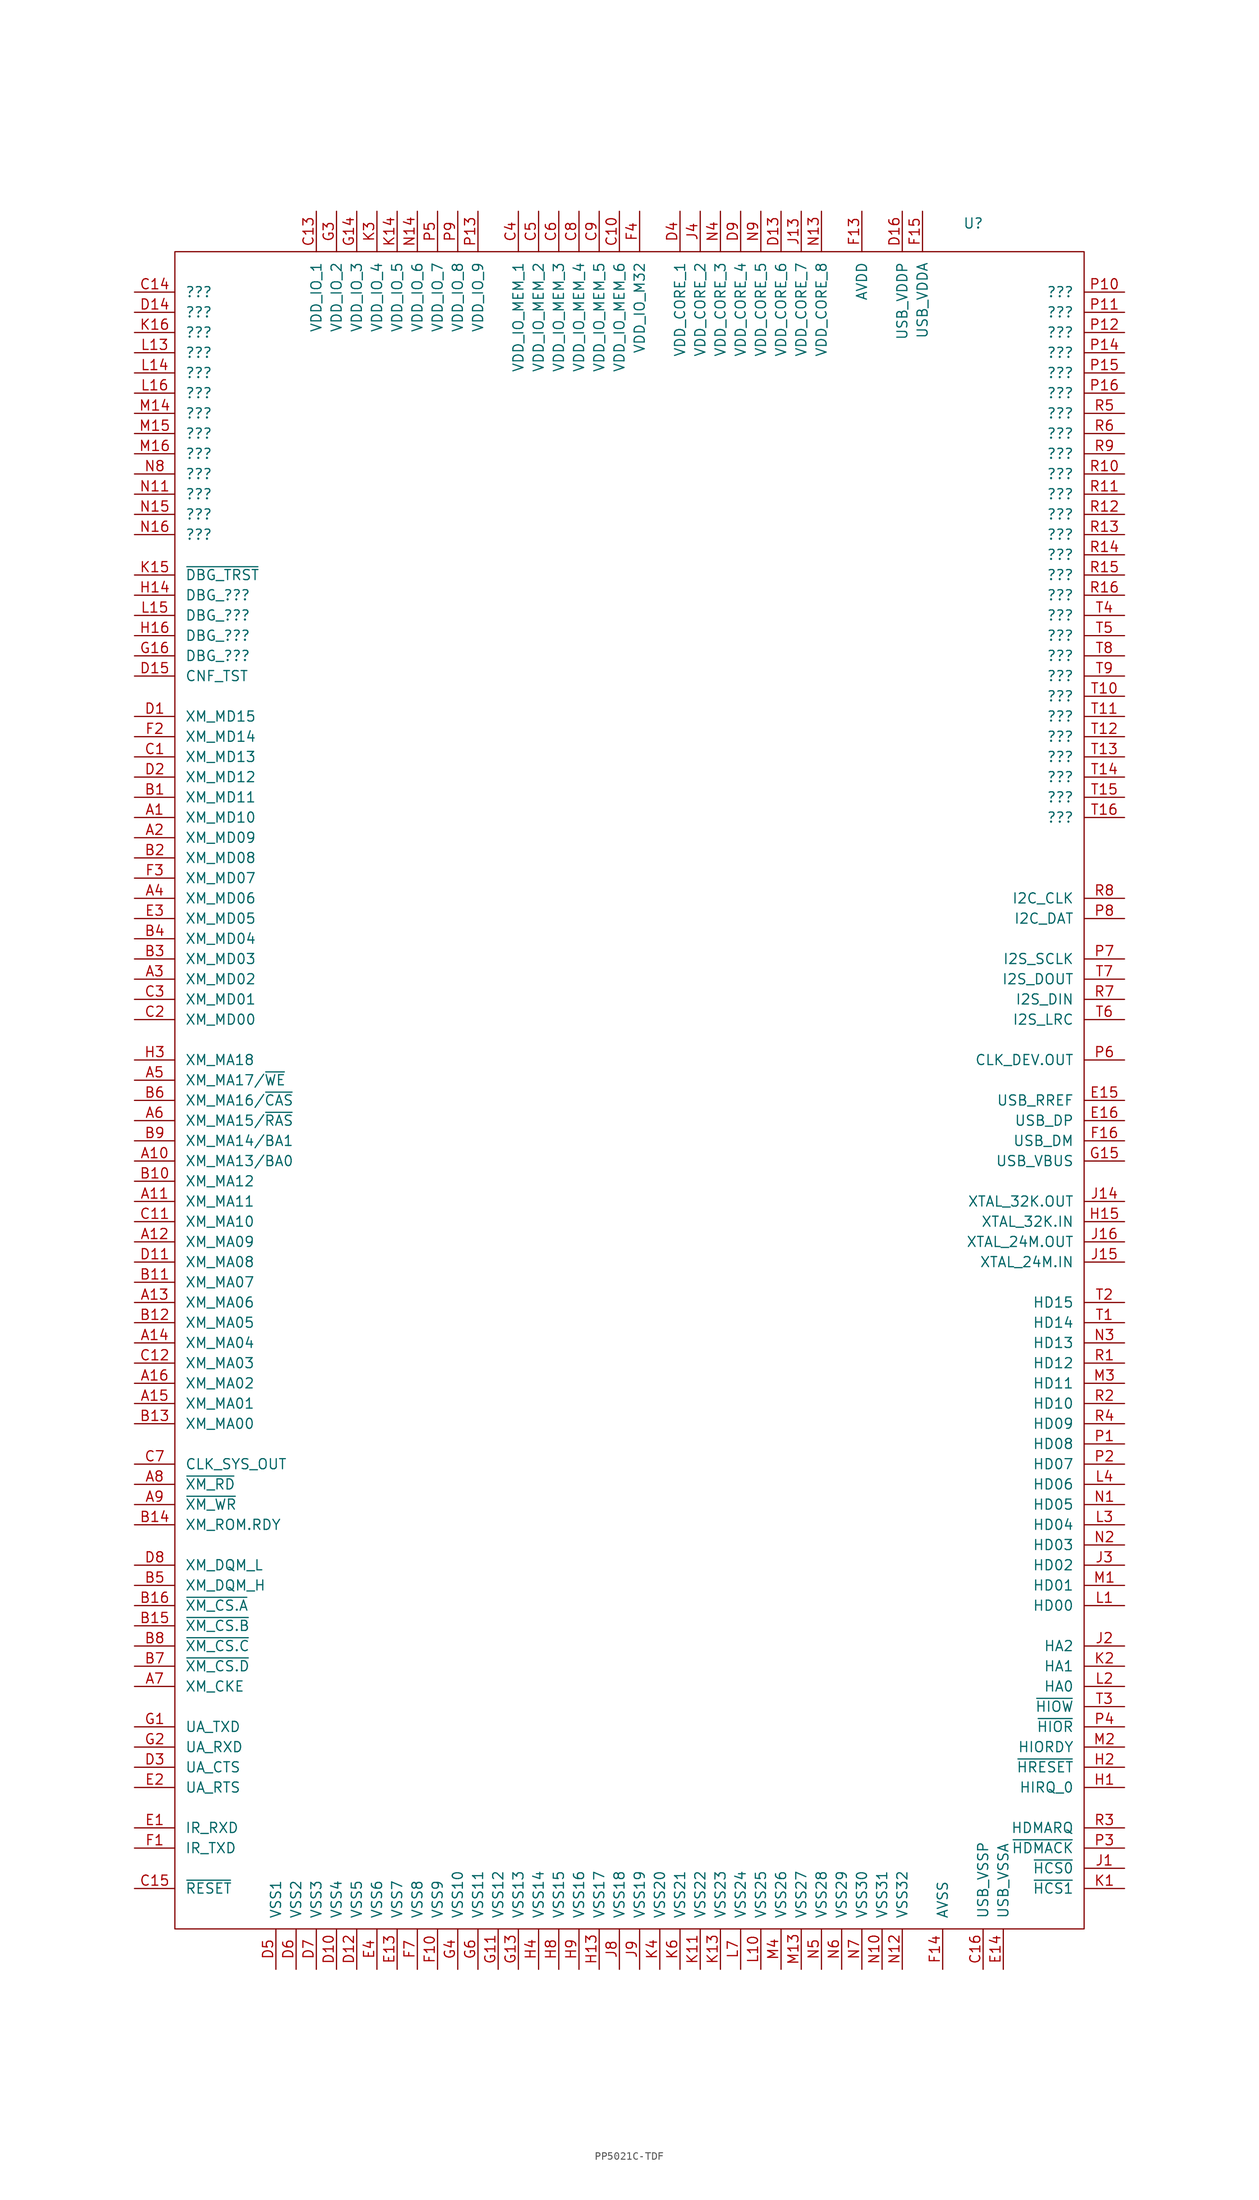
<source format=kicad_sym>
(kicad_symbol_lib
  (version 20231120)
  (generator "kicad_symbol_editor")
  (generator_version "8.0")
  (symbol "PP5021C-TDF"
    (pin_names
      (offset 1.27))
    (property "Reference" "U"
      (at 99.06 3.556 0)
      (effects (font (size 1.27 1.27)) (justify left)))
    (property "Value" "${Manufacturer Part Number}"
      (at 99.06 1.016 0)
      (effects (font (size 1.27 1.27)) (justify left)))
    (property "Manufacturer Part Number" ""
      (at 60.96 -2.54 0)
      (effects (font (size 1.27 1.27)) (justify left) (hide yes)))
    (symbol "PP5021C-TDF_1_0"
      (pin power_in line (at 86.36 5.08 270) (length 5.08) (name "AVDD" (effects (font (size 1.27 1.27)))) (number "F13" (effects (font (size 1.27 1.27))))))
    (symbol "PP5021C-TDF_1_1"
      (rectangle (start 0 0) (end 114.3 -210.82) (stroke (width 0) (type default)) (fill (type none)))
      (pin bidirectional line (at -5.08 -71.12 0) (length 5.08) (name "XM_MD10" (effects (font (size 1.27 1.27)))) (number "A1" (effects (font (size 1.27 1.27)))))
      (pin output line (at -5.08 -114.3 0) (length 5.08) (name "XM_MA13/BA0" (effects (font (size 1.27 1.27)))) (number "A10" (effects (font (size 1.27 1.27)))))
      (pin output line (at -5.08 -119.38 0) (length 5.08) (name "XM_MA11" (effects (font (size 1.27 1.27)))) (number "A11" (effects (font (size 1.27 1.27)))))
      (pin output line (at -5.08 -124.46 0) (length 5.08) (name "XM_MA09" (effects (font (size 1.27 1.27)))) (number "A12" (effects (font (size 1.27 1.27)))))
      (pin output line (at -5.08 -132.08 0) (length 5.08) (name "XM_MA06" (effects (font (size 1.27 1.27)))) (number "A13" (effects (font (size 1.27 1.27)))))
      (pin output line (at -5.08 -137.16 0) (length 5.08) (name "XM_MA04" (effects (font (size 1.27 1.27)))) (number "A14" (effects (font (size 1.27 1.27)))))
      (pin output line (at -5.08 -144.78 0) (length 5.08) (name "XM_MA01" (effects (font (size 1.27 1.27)))) (number "A15" (effects (font (size 1.27 1.27)))))
      (pin output line (at -5.08 -142.24 0) (length 5.08) (name "XM_MA02" (effects (font (size 1.27 1.27)))) (number "A16" (effects (font (size 1.27 1.27)))))
      (pin bidirectional line (at -5.08 -73.66 0) (length 5.08) (name "XM_MD09" (effects (font (size 1.27 1.27)))) (number "A2" (effects (font (size 1.27 1.27)))))
      (pin bidirectional line (at -5.08 -91.44 0) (length 5.08) (name "XM_MD02" (effects (font (size 1.27 1.27)))) (number "A3" (effects (font (size 1.27 1.27)))))
      (pin bidirectional line (at -5.08 -81.28 0) (length 5.08) (name "XM_MD06" (effects (font (size 1.27 1.27)))) (number "A4" (effects (font (size 1.27 1.27)))))
      (pin output line (at -5.08 -104.14 0) (length 5.08) (name "XM_MA17/~{WE}" (effects (font (size 1.27 1.27)))) (number "A5" (effects (font (size 1.27 1.27)))))
      (pin output line (at -5.08 -109.22 0) (length 5.08) (name "XM_MA15/~{RAS}" (effects (font (size 1.27 1.27)))) (number "A6" (effects (font (size 1.27 1.27)))))
      (pin output line (at -5.08 -180.34 0) (length 5.08) (name "XM_CKE" (effects (font (size 1.27 1.27)))) (number "A7" (effects (font (size 1.27 1.27)))))
      (pin output line (at -5.08 -154.94 0) (length 5.08) (name "~{XM_RD}" (effects (font (size 1.27 1.27)))) (number "A8" (effects (font (size 1.27 1.27)))))
      (pin output line (at -5.08 -157.48 0) (length 5.08) (name "~{XM_WR}" (effects (font (size 1.27 1.27)))) (number "A9" (effects (font (size 1.27 1.27)))))
      (pin bidirectional line (at -5.08 -68.58 0) (length 5.08) (name "XM_MD11" (effects (font (size 1.27 1.27)))) (number "B1" (effects (font (size 1.27 1.27)))))
      (pin output line (at -5.08 -116.84 0) (length 5.08) (name "XM_MA12" (effects (font (size 1.27 1.27)))) (number "B10" (effects (font (size 1.27 1.27)))))
      (pin output line (at -5.08 -129.54 0) (length 5.08) (name "XM_MA07" (effects (font (size 1.27 1.27)))) (number "B11" (effects (font (size 1.27 1.27)))))
      (pin output line (at -5.08 -134.62 0) (length 5.08) (name "XM_MA05" (effects (font (size 1.27 1.27)))) (number "B12" (effects (font (size 1.27 1.27)))))
      (pin output line (at -5.08 -147.32 0) (length 5.08) (name "XM_MA00" (effects (font (size 1.27 1.27)))) (number "B13" (effects (font (size 1.27 1.27)))))
      (pin input line (at -5.08 -160.02 0) (length 5.08) (name "XM_ROM.RDY" (effects (font (size 1.27 1.27)))) (number "B14" (effects (font (size 1.27 1.27)))))
      (pin output line (at -5.08 -172.72 0) (length 5.08) (name "~{XM_CS.B}" (effects (font (size 1.27 1.27)))) (number "B15" (effects (font (size 1.27 1.27)))))
      (pin output line (at -5.08 -170.18 0) (length 5.08) (name "~{XM_CS.A}" (effects (font (size 1.27 1.27)))) (number "B16" (effects (font (size 1.27 1.27)))))
      (pin bidirectional line (at -5.08 -76.2 0) (length 5.08) (name "XM_MD08" (effects (font (size 1.27 1.27)))) (number "B2" (effects (font (size 1.27 1.27)))))
      (pin bidirectional line (at -5.08 -88.9 0) (length 5.08) (name "XM_MD03" (effects (font (size 1.27 1.27)))) (number "B3" (effects (font (size 1.27 1.27)))))
      (pin bidirectional line (at -5.08 -86.36 0) (length 5.08) (name "XM_MD04" (effects (font (size 1.27 1.27)))) (number "B4" (effects (font (size 1.27 1.27)))))
      (pin output line (at -5.08 -167.64 0) (length 5.08) (name "XM_DQM_H" (effects (font (size 1.27 1.27)))) (number "B5" (effects (font (size 1.27 1.27)))))
      (pin output line (at -5.08 -106.68 0) (length 5.08) (name "XM_MA16/~{CAS}" (effects (font (size 1.27 1.27)))) (number "B6" (effects (font (size 1.27 1.27)))))
      (pin output line (at -5.08 -177.8 0) (length 5.08) (name "~{XM_CS.D}" (effects (font (size 1.27 1.27)))) (number "B7" (effects (font (size 1.27 1.27)))))
      (pin output line (at -5.08 -175.26 0) (length 5.08) (name "~{XM_CS.C}" (effects (font (size 1.27 1.27)))) (number "B8" (effects (font (size 1.27 1.27)))))
      (pin output line (at -5.08 -111.76 0) (length 5.08) (name "XM_MA14/BA1" (effects (font (size 1.27 1.27)))) (number "B9" (effects (font (size 1.27 1.27)))))
      (pin bidirectional line (at -5.08 -63.5 0) (length 5.08) (name "XM_MD13" (effects (font (size 1.27 1.27)))) (number "C1" (effects (font (size 1.27 1.27)))))
      (pin power_in line (at 55.88 5.08 270) (length 5.08) (name "VDD_IO_MEM_6" (effects (font (size 1.27 1.27)))) (number "C10" (effects (font (size 1.27 1.27)))))
      (pin output line (at -5.08 -121.92 0) (length 5.08) (name "XM_MA10" (effects (font (size 1.27 1.27)))) (number "C11" (effects (font (size 1.27 1.27)))))
      (pin output line (at -5.08 -139.7 0) (length 5.08) (name "XM_MA03" (effects (font (size 1.27 1.27)))) (number "C12" (effects (font (size 1.27 1.27)))))
      (pin power_in line (at 17.78 5.08 270) (length 5.08) (name "VDD_IO_1" (effects (font (size 1.27 1.27)))) (number "C13" (effects (font (size 1.27 1.27)))))
      (pin bidirectional line (at -5.08 -5.08 0) (length 5.08) (name "???" (effects (font (size 1.27 1.27)))) (number "C14" (effects (font (size 1.27 1.27)))))
      (pin input line (at -5.08 -205.74 0) (length 5.08) (name "~{RESET}" (effects (font (size 1.27 1.27)))) (number "C15" (effects (font (size 1.27 1.27)))))
      (pin power_in line (at 101.6 -215.9 90) (length 5.08) (name "USB_VSSP" (effects (font (size 1.27 1.27)))) (number "C16" (effects (font (size 1.27 1.27)))))
      (pin bidirectional line (at -5.08 -96.52 0) (length 5.08) (name "XM_MD00" (effects (font (size 1.27 1.27)))) (number "C2" (effects (font (size 1.27 1.27)))))
      (pin bidirectional line (at -5.08 -93.98 0) (length 5.08) (name "XM_MD01" (effects (font (size 1.27 1.27)))) (number "C3" (effects (font (size 1.27 1.27)))))
      (pin power_in line (at 43.18 5.08 270) (length 5.08) (name "VDD_IO_MEM_1" (effects (font (size 1.27 1.27)))) (number "C4" (effects (font (size 1.27 1.27)))))
      (pin power_in line (at 45.72 5.08 270) (length 5.08) (name "VDD_IO_MEM_2" (effects (font (size 1.27 1.27)))) (number "C5" (effects (font (size 1.27 1.27)))))
      (pin power_in line (at 48.26 5.08 270) (length 5.08) (name "VDD_IO_MEM_3" (effects (font (size 1.27 1.27)))) (number "C6" (effects (font (size 1.27 1.27)))))
      (pin output line (at -5.08 -152.4 0) (length 5.08) (name "CLK_SYS_OUT" (effects (font (size 1.27 1.27)))) (number "C7" (effects (font (size 1.27 1.27)))))
      (pin power_in line (at 50.8 5.08 270) (length 5.08) (name "VDD_IO_MEM_4" (effects (font (size 1.27 1.27)))) (number "C8" (effects (font (size 1.27 1.27)))))
      (pin power_in line (at 53.34 5.08 270) (length 5.08) (name "VDD_IO_MEM_5" (effects (font (size 1.27 1.27)))) (number "C9" (effects (font (size 1.27 1.27)))))
      (pin bidirectional line (at -5.08 -58.42 0) (length 5.08) (name "XM_MD15" (effects (font (size 1.27 1.27)))) (number "D1" (effects (font (size 1.27 1.27)))))
      (pin power_in line (at 20.32 -215.9 90) (length 5.08) (name "VSS4" (effects (font (size 1.27 1.27)))) (number "D10" (effects (font (size 1.27 1.27)))))
      (pin output line (at -5.08 -127 0) (length 5.08) (name "XM_MA08" (effects (font (size 1.27 1.27)))) (number "D11" (effects (font (size 1.27 1.27)))))
      (pin power_in line (at 22.86 -215.9 90) (length 5.08) (name "VSS5" (effects (font (size 1.27 1.27)))) (number "D12" (effects (font (size 1.27 1.27)))))
      (pin power_in line (at 76.2 5.08 270) (length 5.08) (name "VDD_CORE_6" (effects (font (size 1.27 1.27)))) (number "D13" (effects (font (size 1.27 1.27)))))
      (pin bidirectional line (at -5.08 -7.62 0) (length 5.08) (name "???" (effects (font (size 1.27 1.27)))) (number "D14" (effects (font (size 1.27 1.27)))))
      (pin input line (at -5.08 -53.34 0) (length 5.08) (name "CNF_TST" (effects (font (size 1.27 1.27)))) (number "D15" (effects (font (size 1.27 1.27)))))
      (pin power_in line (at 91.44 5.08 270) (length 5.08) (name "USB_VDDP" (effects (font (size 1.27 1.27)))) (number "D16" (effects (font (size 1.27 1.27)))))
      (pin bidirectional line (at -5.08 -66.04 0) (length 5.08) (name "XM_MD12" (effects (font (size 1.27 1.27)))) (number "D2" (effects (font (size 1.27 1.27)))))
      (pin bidirectional line (at -5.08 -190.5 0) (length 5.08) (name "UA_CTS" (effects (font (size 1.27 1.27)))) (number "D3" (effects (font (size 1.27 1.27)))))
      (pin power_in line (at 63.5 5.08 270) (length 5.08) (name "VDD_CORE_1" (effects (font (size 1.27 1.27)))) (number "D4" (effects (font (size 1.27 1.27)))))
      (pin power_in line (at 12.7 -215.9 90) (length 5.08) (name "VSS1" (effects (font (size 1.27 1.27)))) (number "D5" (effects (font (size 1.27 1.27)))))
      (pin power_in line (at 15.24 -215.9 90) (length 5.08) (name "VSS2" (effects (font (size 1.27 1.27)))) (number "D6" (effects (font (size 1.27 1.27)))))
      (pin power_in line (at 17.78 -215.9 90) (length 5.08) (name "VSS3" (effects (font (size 1.27 1.27)))) (number "D7" (effects (font (size 1.27 1.27)))))
      (pin output line (at -5.08 -165.1 0) (length 5.08) (name "XM_DQM_L" (effects (font (size 1.27 1.27)))) (number "D8" (effects (font (size 1.27 1.27)))))
      (pin power_in line (at 71.12 5.08 270) (length 5.08) (name "VDD_CORE_4" (effects (font (size 1.27 1.27)))) (number "D9" (effects (font (size 1.27 1.27)))))
      (pin bidirectional line (at -5.08 -198.12 0) (length 5.08) (name "IR_RXD" (effects (font (size 1.27 1.27)))) (number "E1" (effects (font (size 1.27 1.27)))))
      (pin power_in line (at 27.94 -215.9 90) (length 5.08) (name "VSS7" (effects (font (size 1.27 1.27)))) (number "E13" (effects (font (size 1.27 1.27)))))
      (pin power_in line (at 104.14 -215.9 90) (length 5.08) (name "USB_VSSA" (effects (font (size 1.27 1.27)))) (number "E14" (effects (font (size 1.27 1.27)))))
      (pin passive line (at 119.38 -106.68 180) (length 5.08) (name "USB_RREF" (effects (font (size 1.27 1.27)))) (number "E15" (effects (font (size 1.27 1.27)))))
      (pin bidirectional line (at 119.38 -109.22 180) (length 5.08) (name "USB_DP" (effects (font (size 1.27 1.27)))) (number "E16" (effects (font (size 1.27 1.27)))))
      (pin bidirectional line (at -5.08 -193.04 0) (length 5.08) (name "UA_RTS" (effects (font (size 1.27 1.27)))) (number "E2" (effects (font (size 1.27 1.27)))))
      (pin bidirectional line (at -5.08 -83.82 0) (length 5.08) (name "XM_MD05" (effects (font (size 1.27 1.27)))) (number "E3" (effects (font (size 1.27 1.27)))))
      (pin power_in line (at 25.4 -215.9 90) (length 5.08) (name "VSS6" (effects (font (size 1.27 1.27)))) (number "E4" (effects (font (size 1.27 1.27)))))
      (pin bidirectional line (at -5.08 -200.66 0) (length 5.08) (name "IR_TXD" (effects (font (size 1.27 1.27)))) (number "F1" (effects (font (size 1.27 1.27)))))
      (pin power_in line (at 33.02 -215.9 90) (length 5.08) (name "VSS9" (effects (font (size 1.27 1.27)))) (number "F10" (effects (font (size 1.27 1.27)))))
      (pin power_in line (at 96.52 -215.9 90) (length 5.08) (name "AVSS" (effects (font (size 1.27 1.27)))) (number "F14" (effects (font (size 1.27 1.27)))))
      (pin power_in line (at 93.98 5.08 270) (length 5.08) (name "USB_VDDA" (effects (font (size 1.27 1.27)))) (number "F15" (effects (font (size 1.27 1.27)))))
      (pin bidirectional line (at 119.38 -111.76 180) (length 5.08) (name "USB_DM" (effects (font (size 1.27 1.27)))) (number "F16" (effects (font (size 1.27 1.27)))))
      (pin bidirectional line (at -5.08 -60.96 0) (length 5.08) (name "XM_MD14" (effects (font (size 1.27 1.27)))) (number "F2" (effects (font (size 1.27 1.27)))))
      (pin bidirectional line (at -5.08 -78.74 0) (length 5.08) (name "XM_MD07" (effects (font (size 1.27 1.27)))) (number "F3" (effects (font (size 1.27 1.27)))))
      (pin power_in line (at 58.42 5.08 270) (length 5.08) (name "VDD_IO_M32" (effects (font (size 1.27 1.27)))) (number "F4" (effects (font (size 1.27 1.27)))))
      (pin power_in line (at 30.48 -215.9 90) (length 5.08) (name "VSS8" (effects (font (size 1.27 1.27)))) (number "F7" (effects (font (size 1.27 1.27)))))
      (pin bidirectional line (at -5.08 -185.42 0) (length 5.08) (name "UA_TXD" (effects (font (size 1.27 1.27)))) (number "G1" (effects (font (size 1.27 1.27)))))
      (pin power_in line (at 40.64 -215.9 90) (length 5.08) (name "VSS12" (effects (font (size 1.27 1.27)))) (number "G11" (effects (font (size 1.27 1.27)))))
      (pin power_in line (at 43.18 -215.9 90) (length 5.08) (name "VSS13" (effects (font (size 1.27 1.27)))) (number "G13" (effects (font (size 1.27 1.27)))))
      (pin power_in line (at 22.86 5.08 270) (length 5.08) (name "VDD_IO_3" (effects (font (size 1.27 1.27)))) (number "G14" (effects (font (size 1.27 1.27)))))
      (pin input line (at 119.38 -114.3 180) (length 5.08) (name "USB_VBUS" (effects (font (size 1.27 1.27)))) (number "G15" (effects (font (size 1.27 1.27)))))
      (pin bidirectional line (at -5.08 -50.8 0) (length 5.08) (name "DBG_???" (effects (font (size 1.27 1.27)))) (number "G16" (effects (font (size 1.27 1.27)))))
      (pin bidirectional line (at -5.08 -187.96 0) (length 5.08) (name "UA_RXD" (effects (font (size 1.27 1.27)))) (number "G2" (effects (font (size 1.27 1.27)))))
      (pin power_in line (at 20.32 5.08 270) (length 5.08) (name "VDD_IO_2" (effects (font (size 1.27 1.27)))) (number "G3" (effects (font (size 1.27 1.27)))))
      (pin power_in line (at 35.56 -215.9 90) (length 5.08) (name "VSS10" (effects (font (size 1.27 1.27)))) (number "G4" (effects (font (size 1.27 1.27)))))
      (pin power_in line (at 38.1 -215.9 90) (length 5.08) (name "VSS11" (effects (font (size 1.27 1.27)))) (number "G6" (effects (font (size 1.27 1.27)))))
      (pin input line (at 119.38 -193.04 180) (length 5.08) (name "HIRQ_0" (effects (font (size 1.27 1.27)))) (number "H1" (effects (font (size 1.27 1.27)))))
      (pin power_in line (at 53.34 -215.9 90) (length 5.08) (name "VSS17" (effects (font (size 1.27 1.27)))) (number "H13" (effects (font (size 1.27 1.27)))))
      (pin bidirectional line (at -5.08 -43.18 0) (length 5.08) (name "DBG_???" (effects (font (size 1.27 1.27)))) (number "H14" (effects (font (size 1.27 1.27)))))
      (pin input line (at 119.38 -121.92 180) (length 5.08) (name "XTAL_32K.IN" (effects (font (size 1.27 1.27)))) (number "H15" (effects (font (size 1.27 1.27)))))
      (pin bidirectional line (at -5.08 -48.26 0) (length 5.08) (name "DBG_???" (effects (font (size 1.27 1.27)))) (number "H16" (effects (font (size 1.27 1.27)))))
      (pin output line (at 119.38 -190.5 180) (length 5.08) (name "~{HRESET}" (effects (font (size 1.27 1.27)))) (number "H2" (effects (font (size 1.27 1.27)))))
      (pin output line (at -5.08 -101.6 0) (length 5.08) (name "XM_MA18" (effects (font (size 1.27 1.27)))) (number "H3" (effects (font (size 1.27 1.27)))))
      (pin power_in line (at 45.72 -215.9 90) (length 5.08) (name "VSS14" (effects (font (size 1.27 1.27)))) (number "H4" (effects (font (size 1.27 1.27)))))
      (pin power_in line (at 48.26 -215.9 90) (length 5.08) (name "VSS15" (effects (font (size 1.27 1.27)))) (number "H8" (effects (font (size 1.27 1.27)))))
      (pin power_in line (at 50.8 -215.9 90) (length 5.08) (name "VSS16" (effects (font (size 1.27 1.27)))) (number "H9" (effects (font (size 1.27 1.27)))))
      (pin output line (at 119.38 -203.2 180) (length 5.08) (name "~{HCS0}" (effects (font (size 1.27 1.27)))) (number "J1" (effects (font (size 1.27 1.27)))))
      (pin power_in line (at 78.74 5.08 270) (length 5.08) (name "VDD_CORE_7" (effects (font (size 1.27 1.27)))) (number "J13" (effects (font (size 1.27 1.27)))))
      (pin output line (at 119.38 -119.38 180) (length 5.08) (name "XTAL_32K.OUT" (effects (font (size 1.27 1.27)))) (number "J14" (effects (font (size 1.27 1.27)))))
      (pin input line (at 119.38 -127 180) (length 5.08) (name "XTAL_24M.IN" (effects (font (size 1.27 1.27)))) (number "J15" (effects (font (size 1.27 1.27)))))
      (pin output line (at 119.38 -124.46 180) (length 5.08) (name "XTAL_24M.OUT" (effects (font (size 1.27 1.27)))) (number "J16" (effects (font (size 1.27 1.27)))))
      (pin output line (at 119.38 -175.26 180) (length 5.08) (name "HA2" (effects (font (size 1.27 1.27)))) (number "J2" (effects (font (size 1.27 1.27)))))
      (pin bidirectional line (at 119.38 -165.1 180) (length 5.08) (name "HD02" (effects (font (size 1.27 1.27)))) (number "J3" (effects (font (size 1.27 1.27)))))
      (pin power_in line (at 66.04 5.08 270) (length 5.08) (name "VDD_CORE_2" (effects (font (size 1.27 1.27)))) (number "J4" (effects (font (size 1.27 1.27)))))
      (pin power_in line (at 55.88 -215.9 90) (length 5.08) (name "VSS18" (effects (font (size 1.27 1.27)))) (number "J8" (effects (font (size 1.27 1.27)))))
      (pin power_in line (at 58.42 -215.9 90) (length 5.08) (name "VSS19" (effects (font (size 1.27 1.27)))) (number "J9" (effects (font (size 1.27 1.27)))))
      (pin output line (at 119.38 -205.74 180) (length 5.08) (name "~{HCS1}" (effects (font (size 1.27 1.27)))) (number "K1" (effects (font (size 1.27 1.27)))))
      (pin power_in line (at 66.04 -215.9 90) (length 5.08) (name "VSS22" (effects (font (size 1.27 1.27)))) (number "K11" (effects (font (size 1.27 1.27)))))
      (pin power_in line (at 68.58 -215.9 90) (length 5.08) (name "VSS23" (effects (font (size 1.27 1.27)))) (number "K13" (effects (font (size 1.27 1.27)))))
      (pin power_in line (at 27.94 5.08 270) (length 5.08) (name "VDD_IO_5" (effects (font (size 1.27 1.27)))) (number "K14" (effects (font (size 1.27 1.27)))))
      (pin input line (at -5.08 -40.64 0) (length 5.08) (name "~{DBG_TRST}" (effects (font (size 1.27 1.27)))) (number "K15" (effects (font (size 1.27 1.27)))))
      (pin bidirectional line (at -5.08 -10.16 0) (length 5.08) (name "???" (effects (font (size 1.27 1.27)))) (number "K16" (effects (font (size 1.27 1.27)))))
      (pin output line (at 119.38 -177.8 180) (length 5.08) (name "HA1" (effects (font (size 1.27 1.27)))) (number "K2" (effects (font (size 1.27 1.27)))))
      (pin power_in line (at 25.4 5.08 270) (length 5.08) (name "VDD_IO_4" (effects (font (size 1.27 1.27)))) (number "K3" (effects (font (size 1.27 1.27)))))
      (pin power_in line (at 60.96 -215.9 90) (length 5.08) (name "VSS20" (effects (font (size 1.27 1.27)))) (number "K4" (effects (font (size 1.27 1.27)))))
      (pin power_in line (at 63.5 -215.9 90) (length 5.08) (name "VSS21" (effects (font (size 1.27 1.27)))) (number "K6" (effects (font (size 1.27 1.27)))))
      (pin bidirectional line (at 119.38 -170.18 180) (length 5.08) (name "HD00" (effects (font (size 1.27 1.27)))) (number "L1" (effects (font (size 1.27 1.27)))))
      (pin power_in line (at 73.66 -215.9 90) (length 5.08) (name "VSS25" (effects (font (size 1.27 1.27)))) (number "L10" (effects (font (size 1.27 1.27)))))
      (pin bidirectional line (at -5.08 -12.7 0) (length 5.08) (name "???" (effects (font (size 1.27 1.27)))) (number "L13" (effects (font (size 1.27 1.27)))))
      (pin bidirectional line (at -5.08 -15.24 0) (length 5.08) (name "???" (effects (font (size 1.27 1.27)))) (number "L14" (effects (font (size 1.27 1.27)))))
      (pin bidirectional line (at -5.08 -45.72 0) (length 5.08) (name "DBG_???" (effects (font (size 1.27 1.27)))) (number "L15" (effects (font (size 1.27 1.27)))))
      (pin bidirectional line (at -5.08 -17.78 0) (length 5.08) (name "???" (effects (font (size 1.27 1.27)))) (number "L16" (effects (font (size 1.27 1.27)))))
      (pin output line (at 119.38 -180.34 180) (length 5.08) (name "HA0" (effects (font (size 1.27 1.27)))) (number "L2" (effects (font (size 1.27 1.27)))))
      (pin bidirectional line (at 119.38 -160.02 180) (length 5.08) (name "HD04" (effects (font (size 1.27 1.27)))) (number "L3" (effects (font (size 1.27 1.27)))))
      (pin bidirectional line (at 119.38 -154.94 180) (length 5.08) (name "HD06" (effects (font (size 1.27 1.27)))) (number "L4" (effects (font (size 1.27 1.27)))))
      (pin power_in line (at 71.12 -215.9 90) (length 5.08) (name "VSS24" (effects (font (size 1.27 1.27)))) (number "L7" (effects (font (size 1.27 1.27)))))
      (pin bidirectional line (at 119.38 -167.64 180) (length 5.08) (name "HD01" (effects (font (size 1.27 1.27)))) (number "M1" (effects (font (size 1.27 1.27)))))
      (pin power_in line (at 78.74 -215.9 90) (length 5.08) (name "VSS27" (effects (font (size 1.27 1.27)))) (number "M13" (effects (font (size 1.27 1.27)))))
      (pin bidirectional line (at -5.08 -20.32 0) (length 5.08) (name "???" (effects (font (size 1.27 1.27)))) (number "M14" (effects (font (size 1.27 1.27)))))
      (pin bidirectional line (at -5.08 -22.86 0) (length 5.08) (name "???" (effects (font (size 1.27 1.27)))) (number "M15" (effects (font (size 1.27 1.27)))))
      (pin bidirectional line (at -5.08 -25.4 0) (length 5.08) (name "???" (effects (font (size 1.27 1.27)))) (number "M16" (effects (font (size 1.27 1.27)))))
      (pin input line (at 119.38 -187.96 180) (length 5.08) (name "HIORDY" (effects (font (size 1.27 1.27)))) (number "M2" (effects (font (size 1.27 1.27)))))
      (pin bidirectional line (at 119.38 -142.24 180) (length 5.08) (name "HD11" (effects (font (size 1.27 1.27)))) (number "M3" (effects (font (size 1.27 1.27)))))
      (pin power_in line (at 76.2 -215.9 90) (length 5.08) (name "VSS26" (effects (font (size 1.27 1.27)))) (number "M4" (effects (font (size 1.27 1.27)))))
      (pin bidirectional line (at 119.38 -157.48 180) (length 5.08) (name "HD05" (effects (font (size 1.27 1.27)))) (number "N1" (effects (font (size 1.27 1.27)))))
      (pin power_in line (at 88.9 -215.9 90) (length 5.08) (name "VSS31" (effects (font (size 1.27 1.27)))) (number "N10" (effects (font (size 1.27 1.27)))))
      (pin bidirectional line (at -5.08 -30.48 0) (length 5.08) (name "???" (effects (font (size 1.27 1.27)))) (number "N11" (effects (font (size 1.27 1.27)))))
      (pin power_in line (at 91.44 -215.9 90) (length 5.08) (name "VSS32" (effects (font (size 1.27 1.27)))) (number "N12" (effects (font (size 1.27 1.27)))))
      (pin power_in line (at 81.28 5.08 270) (length 5.08) (name "VDD_CORE_8" (effects (font (size 1.27 1.27)))) (number "N13" (effects (font (size 1.27 1.27)))))
      (pin power_in line (at 30.48 5.08 270) (length 5.08) (name "VDD_IO_6" (effects (font (size 1.27 1.27)))) (number "N14" (effects (font (size 1.27 1.27)))))
      (pin bidirectional line (at -5.08 -33.02 0) (length 5.08) (name "???" (effects (font (size 1.27 1.27)))) (number "N15" (effects (font (size 1.27 1.27)))))
      (pin bidirectional line (at -5.08 -35.56 0) (length 5.08) (name "???" (effects (font (size 1.27 1.27)))) (number "N16" (effects (font (size 1.27 1.27)))))
      (pin bidirectional line (at 119.38 -162.56 180) (length 5.08) (name "HD03" (effects (font (size 1.27 1.27)))) (number "N2" (effects (font (size 1.27 1.27)))))
      (pin bidirectional line (at 119.38 -137.16 180) (length 5.08) (name "HD13" (effects (font (size 1.27 1.27)))) (number "N3" (effects (font (size 1.27 1.27)))))
      (pin power_in line (at 68.58 5.08 270) (length 5.08) (name "VDD_CORE_3" (effects (font (size 1.27 1.27)))) (number "N4" (effects (font (size 1.27 1.27)))))
      (pin power_in line (at 81.28 -215.9 90) (length 5.08) (name "VSS28" (effects (font (size 1.27 1.27)))) (number "N5" (effects (font (size 1.27 1.27)))))
      (pin power_in line (at 83.82 -215.9 90) (length 5.08) (name "VSS29" (effects (font (size 1.27 1.27)))) (number "N6" (effects (font (size 1.27 1.27)))))
      (pin power_in line (at 86.36 -215.9 90) (length 5.08) (name "VSS30" (effects (font (size 1.27 1.27)))) (number "N7" (effects (font (size 1.27 1.27)))))
      (pin bidirectional line (at -5.08 -27.94 0) (length 5.08) (name "???" (effects (font (size 1.27 1.27)))) (number "N8" (effects (font (size 1.27 1.27)))))
      (pin power_in line (at 73.66 5.08 270) (length 5.08) (name "VDD_CORE_5" (effects (font (size 1.27 1.27)))) (number "N9" (effects (font (size 1.27 1.27)))))
      (pin bidirectional line (at 119.38 -149.86 180) (length 5.08) (name "HD08" (effects (font (size 1.27 1.27)))) (number "P1" (effects (font (size 1.27 1.27)))))
      (pin bidirectional line (at 119.38 -5.08 180) (length 5.08) (name "???" (effects (font (size 1.27 1.27)))) (number "P10" (effects (font (size 1.27 1.27)))))
      (pin bidirectional line (at 119.38 -7.62 180) (length 5.08) (name "???" (effects (font (size 1.27 1.27)))) (number "P11" (effects (font (size 1.27 1.27)))))
      (pin bidirectional line (at 119.38 -10.16 180) (length 5.08) (name "???" (effects (font (size 1.27 1.27)))) (number "P12" (effects (font (size 1.27 1.27)))))
      (pin power_in line (at 38.1 5.08 270) (length 5.08) (name "VDD_IO_9" (effects (font (size 1.27 1.27)))) (number "P13" (effects (font (size 1.27 1.27)))))
      (pin bidirectional line (at 119.38 -12.7 180) (length 5.08) (name "???" (effects (font (size 1.27 1.27)))) (number "P14" (effects (font (size 1.27 1.27)))))
      (pin bidirectional line (at 119.38 -15.24 180) (length 5.08) (name "???" (effects (font (size 1.27 1.27)))) (number "P15" (effects (font (size 1.27 1.27)))))
      (pin bidirectional line (at 119.38 -17.78 180) (length 5.08) (name "???" (effects (font (size 1.27 1.27)))) (number "P16" (effects (font (size 1.27 1.27)))))
      (pin bidirectional line (at 119.38 -152.4 180) (length 5.08) (name "HD07" (effects (font (size 1.27 1.27)))) (number "P2" (effects (font (size 1.27 1.27)))))
      (pin output line (at 119.38 -200.66 180) (length 5.08) (name "~{HDMACK}" (effects (font (size 1.27 1.27)))) (number "P3" (effects (font (size 1.27 1.27)))))
      (pin output line (at 119.38 -185.42 180) (length 5.08) (name "~{HIOR}" (effects (font (size 1.27 1.27)))) (number "P4" (effects (font (size 1.27 1.27)))))
      (pin power_in line (at 33.02 5.08 270) (length 5.08) (name "VDD_IO_7" (effects (font (size 1.27 1.27)))) (number "P5" (effects (font (size 1.27 1.27)))))
      (pin output line (at 119.38 -101.6 180) (length 5.08) (name "CLK_DEV.OUT" (effects (font (size 1.27 1.27)))) (number "P6" (effects (font (size 1.27 1.27)))))
      (pin input line (at 119.38 -88.9 180) (length 5.08) (name "I2S_SCLK" (effects (font (size 1.27 1.27)))) (number "P7" (effects (font (size 1.27 1.27)))))
      (pin bidirectional line (at 119.38 -83.82 180) (length 5.08) (name "I2C_DAT" (effects (font (size 1.27 1.27)))) (number "P8" (effects (font (size 1.27 1.27)))))
      (pin power_in line (at 35.56 5.08 270) (length 5.08) (name "VDD_IO_8" (effects (font (size 1.27 1.27)))) (number "P9" (effects (font (size 1.27 1.27)))))
      (pin bidirectional line (at 119.38 -139.7 180) (length 5.08) (name "HD12" (effects (font (size 1.27 1.27)))) (number "R1" (effects (font (size 1.27 1.27)))))
      (pin bidirectional line (at 119.38 -27.94 180) (length 5.08) (name "???" (effects (font (size 1.27 1.27)))) (number "R10" (effects (font (size 1.27 1.27)))))
      (pin bidirectional line (at 119.38 -30.48 180) (length 5.08) (name "???" (effects (font (size 1.27 1.27)))) (number "R11" (effects (font (size 1.27 1.27)))))
      (pin bidirectional line (at 119.38 -33.02 180) (length 5.08) (name "???" (effects (font (size 1.27 1.27)))) (number "R12" (effects (font (size 1.27 1.27)))))
      (pin bidirectional line (at 119.38 -35.56 180) (length 5.08) (name "???" (effects (font (size 1.27 1.27)))) (number "R13" (effects (font (size 1.27 1.27)))))
      (pin bidirectional line (at 119.38 -38.1 180) (length 5.08) (name "???" (effects (font (size 1.27 1.27)))) (number "R14" (effects (font (size 1.27 1.27)))))
      (pin bidirectional line (at 119.38 -40.64 180) (length 5.08) (name "???" (effects (font (size 1.27 1.27)))) (number "R15" (effects (font (size 1.27 1.27)))))
      (pin bidirectional line (at 119.38 -43.18 180) (length 5.08) (name "???" (effects (font (size 1.27 1.27)))) (number "R16" (effects (font (size 1.27 1.27)))))
      (pin bidirectional line (at 119.38 -144.78 180) (length 5.08) (name "HD10" (effects (font (size 1.27 1.27)))) (number "R2" (effects (font (size 1.27 1.27)))))
      (pin input line (at 119.38 -198.12 180) (length 5.08) (name "HDMARQ" (effects (font (size 1.27 1.27)))) (number "R3" (effects (font (size 1.27 1.27)))))
      (pin bidirectional line (at 119.38 -147.32 180) (length 5.08) (name "HD09" (effects (font (size 1.27 1.27)))) (number "R4" (effects (font (size 1.27 1.27)))))
      (pin bidirectional line (at 119.38 -20.32 180) (length 5.08) (name "???" (effects (font (size 1.27 1.27)))) (number "R5" (effects (font (size 1.27 1.27)))))
      (pin bidirectional line (at 119.38 -22.86 180) (length 5.08) (name "???" (effects (font (size 1.27 1.27)))) (number "R6" (effects (font (size 1.27 1.27)))))
      (pin input line (at 119.38 -93.98 180) (length 5.08) (name "I2S_DIN" (effects (font (size 1.27 1.27)))) (number "R7" (effects (font (size 1.27 1.27)))))
      (pin bidirectional line (at 119.38 -81.28 180) (length 5.08) (name "I2C_CLK" (effects (font (size 1.27 1.27)))) (number "R8" (effects (font (size 1.27 1.27)))))
      (pin bidirectional line (at 119.38 -25.4 180) (length 5.08) (name "???" (effects (font (size 1.27 1.27)))) (number "R9" (effects (font (size 1.27 1.27)))))
      (pin bidirectional line (at 119.38 -134.62 180) (length 5.08) (name "HD14" (effects (font (size 1.27 1.27)))) (number "T1" (effects (font (size 1.27 1.27)))))
      (pin bidirectional line (at 119.38 -55.88 180) (length 5.08) (name "???" (effects (font (size 1.27 1.27)))) (number "T10" (effects (font (size 1.27 1.27)))))
      (pin bidirectional line (at 119.38 -58.42 180) (length 5.08) (name "???" (effects (font (size 1.27 1.27)))) (number "T11" (effects (font (size 1.27 1.27)))))
      (pin bidirectional line (at 119.38 -60.96 180) (length 5.08) (name "???" (effects (font (size 1.27 1.27)))) (number "T12" (effects (font (size 1.27 1.27)))))
      (pin bidirectional line (at 119.38 -63.5 180) (length 5.08) (name "???" (effects (font (size 1.27 1.27)))) (number "T13" (effects (font (size 1.27 1.27)))))
      (pin bidirectional line (at 119.38 -66.04 180) (length 5.08) (name "???" (effects (font (size 1.27 1.27)))) (number "T14" (effects (font (size 1.27 1.27)))))
      (pin bidirectional line (at 119.38 -68.58 180) (length 5.08) (name "???" (effects (font (size 1.27 1.27)))) (number "T15" (effects (font (size 1.27 1.27)))))
      (pin bidirectional line (at 119.38 -71.12 180) (length 5.08) (name "???" (effects (font (size 1.27 1.27)))) (number "T16" (effects (font (size 1.27 1.27)))))
      (pin bidirectional line (at 119.38 -132.08 180) (length 5.08) (name "HD15" (effects (font (size 1.27 1.27)))) (number "T2" (effects (font (size 1.27 1.27)))))
      (pin output line (at 119.38 -182.88 180) (length 5.08) (name "~{HIOW}" (effects (font (size 1.27 1.27)))) (number "T3" (effects (font (size 1.27 1.27)))))
      (pin bidirectional line (at 119.38 -45.72 180) (length 5.08) (name "???" (effects (font (size 1.27 1.27)))) (number "T4" (effects (font (size 1.27 1.27)))))
      (pin bidirectional line (at 119.38 -48.26 180) (length 5.08) (name "???" (effects (font (size 1.27 1.27)))) (number "T5" (effects (font (size 1.27 1.27)))))
      (pin input line (at 119.38 -96.52 180) (length 5.08) (name "I2S_LRC" (effects (font (size 1.27 1.27)))) (number "T6" (effects (font (size 1.27 1.27)))))
      (pin output line (at 119.38 -91.44 180) (length 5.08) (name "I2S_DOUT" (effects (font (size 1.27 1.27)))) (number "T7" (effects (font (size 1.27 1.27)))))
      (pin bidirectional line (at 119.38 -50.8 180) (length 5.08) (name "???" (effects (font (size 1.27 1.27)))) (number "T8" (effects (font (size 1.27 1.27)))))
      (pin bidirectional line (at 119.38 -53.34 180) (length 5.08) (name "???" (effects (font (size 1.27 1.27)))) (number "T9" (effects (font (size 1.27 1.27))))))))
</source>
